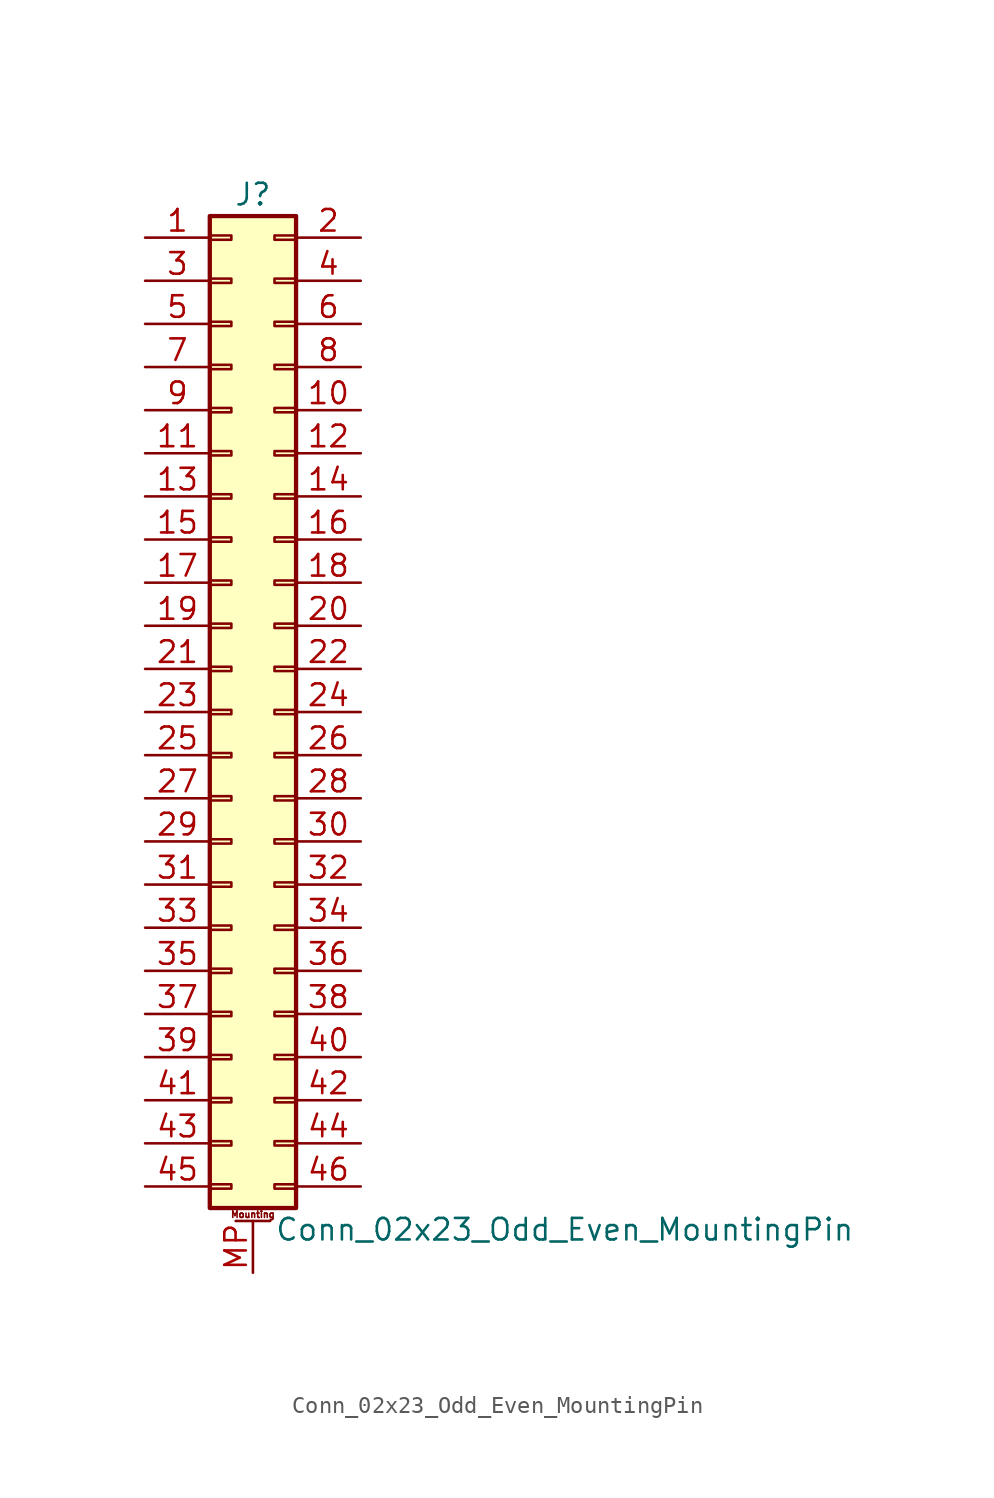
<source format=kicad_sym>
(kicad_symbol_lib
  (version 20201005)
  (generator kicad_symbol_editor)
  (symbol "Conn_02x23_Odd_Even_MountingPin"
    (pin_names
      (offset 1.016) hide)
    (property "Reference" "J"
      (at 1.27 30.48 0)
      (effects (font (size 1.27 1.27))))
    (property "Value" "Conn_02x23_Odd_Even_MountingPin"
      (at 2.54 -30.48 0)
      (effects (font (size 1.27 1.27)) (justify left)))
    (symbol "Conn_02x23_Odd_Even_MountingPin_1_1"
      (text "Mounting" (at 1.27 -29.591 0) (effects (font (size 0.381 0.381))))
      (rectangle (start -1.27 -27.813) (end 0 -28.067) (stroke (width 0.152)) (fill (type none)))
      (rectangle (start -1.27 -25.273) (end 0 -25.527) (stroke (width 0.152)) (fill (type none)))
      (rectangle (start -1.27 -22.733) (end 0 -22.987) (stroke (width 0.152)) (fill (type none)))
      (rectangle (start -1.27 -20.193) (end 0 -20.447) (stroke (width 0.152)) (fill (type none)))
      (rectangle (start -1.27 -17.653) (end 0 -17.907) (stroke (width 0.152)) (fill (type none)))
      (rectangle (start -1.27 -15.113) (end 0 -15.367) (stroke (width 0.152)) (fill (type none)))
      (rectangle (start -1.27 -12.573) (end 0 -12.827) (stroke (width 0.152)) (fill (type none)))
      (rectangle (start -1.27 -10.033) (end 0 -10.287) (stroke (width 0.152)) (fill (type none)))
      (rectangle (start -1.27 -7.493) (end 0 -7.747) (stroke (width 0.152)) (fill (type none)))
      (rectangle (start -1.27 -4.953) (end 0 -5.207) (stroke (width 0.152)) (fill (type none)))
      (rectangle (start -1.27 -2.413) (end 0 -2.667) (stroke (width 0.152)) (fill (type none)))
      (rectangle (start -1.27 0.127) (end 0 -0.127) (stroke (width 0.152)) (fill (type none)))
      (rectangle (start -1.27 2.667) (end 0 2.413) (stroke (width 0.152)) (fill (type none)))
      (rectangle (start -1.27 5.207) (end 0 4.953) (stroke (width 0.152)) (fill (type none)))
      (rectangle (start -1.27 7.747) (end 0 7.493) (stroke (width 0.152)) (fill (type none)))
      (rectangle (start -1.27 10.287) (end 0 10.033) (stroke (width 0.152)) (fill (type none)))
      (rectangle (start -1.27 12.827) (end 0 12.573) (stroke (width 0.152)) (fill (type none)))
      (rectangle (start -1.27 15.367) (end 0 15.113) (stroke (width 0.152)) (fill (type none)))
      (rectangle (start -1.27 17.907) (end 0 17.653) (stroke (width 0.152)) (fill (type none)))
      (rectangle (start -1.27 20.447) (end 0 20.193) (stroke (width 0.152)) (fill (type none)))
      (rectangle (start -1.27 22.987) (end 0 22.733) (stroke (width 0.152)) (fill (type none)))
      (rectangle (start -1.27 25.527) (end 0 25.273) (stroke (width 0.152)) (fill (type none)))
      (rectangle (start -1.27 28.067) (end 0 27.813) (stroke (width 0.152)) (fill (type none)))
      (rectangle (start -1.27 29.21) (end 3.81 -29.21) (stroke (width 0.254)) (fill (type background)))
      (rectangle (start 3.81 -27.813) (end 2.54 -28.067) (stroke (width 0.152)) (fill (type none)))
      (rectangle (start 3.81 -25.273) (end 2.54 -25.527) (stroke (width 0.152)) (fill (type none)))
      (rectangle (start 3.81 -22.733) (end 2.54 -22.987) (stroke (width 0.152)) (fill (type none)))
      (rectangle (start 3.81 -20.193) (end 2.54 -20.447) (stroke (width 0.152)) (fill (type none)))
      (rectangle (start 3.81 -17.653) (end 2.54 -17.907) (stroke (width 0.152)) (fill (type none)))
      (rectangle (start 3.81 -15.113) (end 2.54 -15.367) (stroke (width 0.152)) (fill (type none)))
      (rectangle (start 3.81 -12.573) (end 2.54 -12.827) (stroke (width 0.152)) (fill (type none)))
      (rectangle (start 3.81 -10.033) (end 2.54 -10.287) (stroke (width 0.152)) (fill (type none)))
      (rectangle (start 3.81 -7.493) (end 2.54 -7.747) (stroke (width 0.152)) (fill (type none)))
      (rectangle (start 3.81 -4.953) (end 2.54 -5.207) (stroke (width 0.152)) (fill (type none)))
      (rectangle (start 3.81 -2.413) (end 2.54 -2.667) (stroke (width 0.152)) (fill (type none)))
      (rectangle (start 3.81 0.127) (end 2.54 -0.127) (stroke (width 0.152)) (fill (type none)))
      (rectangle (start 3.81 2.667) (end 2.54 2.413) (stroke (width 0.152)) (fill (type none)))
      (rectangle (start 3.81 5.207) (end 2.54 4.953) (stroke (width 0.152)) (fill (type none)))
      (rectangle (start 3.81 7.747) (end 2.54 7.493) (stroke (width 0.152)) (fill (type none)))
      (rectangle (start 3.81 10.287) (end 2.54 10.033) (stroke (width 0.152)) (fill (type none)))
      (rectangle (start 3.81 12.827) (end 2.54 12.573) (stroke (width 0.152)) (fill (type none)))
      (rectangle (start 3.81 15.367) (end 2.54 15.113) (stroke (width 0.152)) (fill (type none)))
      (rectangle (start 3.81 17.907) (end 2.54 17.653) (stroke (width 0.152)) (fill (type none)))
      (rectangle (start 3.81 20.447) (end 2.54 20.193) (stroke (width 0.152)) (fill (type none)))
      (rectangle (start 3.81 22.987) (end 2.54 22.733) (stroke (width 0.152)) (fill (type none)))
      (rectangle (start 3.81 25.527) (end 2.54 25.273) (stroke (width 0.152)) (fill (type none)))
      (rectangle (start 3.81 28.067) (end 2.54 27.813) (stroke (width 0.152)) (fill (type none)))
      (polyline (pts (xy 0.254 -29.972) (xy 2.286 -29.972)) (stroke (width 0.152)) (fill (type none)))
      (pin passive line (at -5.08 27.94 0) (length 3.81) (name "Pin_1" (effects (font (size 1.27 1.27)))) (number "1" (effects (font (size 1.27 1.27)))))
      (pin passive line (at 7.62 17.78 180) (length 3.81) (name "Pin_10" (effects (font (size 1.27 1.27)))) (number "10" (effects (font (size 1.27 1.27)))))
      (pin passive line (at -5.08 15.24 0) (length 3.81) (name "Pin_11" (effects (font (size 1.27 1.27)))) (number "11" (effects (font (size 1.27 1.27)))))
      (pin passive line (at 7.62 15.24 180) (length 3.81) (name "Pin_12" (effects (font (size 1.27 1.27)))) (number "12" (effects (font (size 1.27 1.27)))))
      (pin passive line (at -5.08 12.7 0) (length 3.81) (name "Pin_13" (effects (font (size 1.27 1.27)))) (number "13" (effects (font (size 1.27 1.27)))))
      (pin passive line (at 7.62 12.7 180) (length 3.81) (name "Pin_14" (effects (font (size 1.27 1.27)))) (number "14" (effects (font (size 1.27 1.27)))))
      (pin passive line (at -5.08 10.16 0) (length 3.81) (name "Pin_15" (effects (font (size 1.27 1.27)))) (number "15" (effects (font (size 1.27 1.27)))))
      (pin passive line (at 7.62 10.16 180) (length 3.81) (name "Pin_16" (effects (font (size 1.27 1.27)))) (number "16" (effects (font (size 1.27 1.27)))))
      (pin passive line (at -5.08 7.62 0) (length 3.81) (name "Pin_17" (effects (font (size 1.27 1.27)))) (number "17" (effects (font (size 1.27 1.27)))))
      (pin passive line (at 7.62 7.62 180) (length 3.81) (name "Pin_18" (effects (font (size 1.27 1.27)))) (number "18" (effects (font (size 1.27 1.27)))))
      (pin passive line (at -5.08 5.08 0) (length 3.81) (name "Pin_19" (effects (font (size 1.27 1.27)))) (number "19" (effects (font (size 1.27 1.27)))))
      (pin passive line (at 7.62 27.94 180) (length 3.81) (name "Pin_2" (effects (font (size 1.27 1.27)))) (number "2" (effects (font (size 1.27 1.27)))))
      (pin passive line (at 7.62 5.08 180) (length 3.81) (name "Pin_20" (effects (font (size 1.27 1.27)))) (number "20" (effects (font (size 1.27 1.27)))))
      (pin passive line (at -5.08 2.54 0) (length 3.81) (name "Pin_21" (effects (font (size 1.27 1.27)))) (number "21" (effects (font (size 1.27 1.27)))))
      (pin passive line (at 7.62 2.54 180) (length 3.81) (name "Pin_22" (effects (font (size 1.27 1.27)))) (number "22" (effects (font (size 1.27 1.27)))))
      (pin passive line (at -5.08 0 0) (length 3.81) (name "Pin_23" (effects (font (size 1.27 1.27)))) (number "23" (effects (font (size 1.27 1.27)))))
      (pin passive line (at 7.62 0 180) (length 3.81) (name "Pin_24" (effects (font (size 1.27 1.27)))) (number "24" (effects (font (size 1.27 1.27)))))
      (pin passive line (at -5.08 -2.54 0) (length 3.81) (name "Pin_25" (effects (font (size 1.27 1.27)))) (number "25" (effects (font (size 1.27 1.27)))))
      (pin passive line (at 7.62 -2.54 180) (length 3.81) (name "Pin_26" (effects (font (size 1.27 1.27)))) (number "26" (effects (font (size 1.27 1.27)))))
      (pin passive line (at -5.08 -5.08 0) (length 3.81) (name "Pin_27" (effects (font (size 1.27 1.27)))) (number "27" (effects (font (size 1.27 1.27)))))
      (pin passive line (at 7.62 -5.08 180) (length 3.81) (name "Pin_28" (effects (font (size 1.27 1.27)))) (number "28" (effects (font (size 1.27 1.27)))))
      (pin passive line (at -5.08 -7.62 0) (length 3.81) (name "Pin_29" (effects (font (size 1.27 1.27)))) (number "29" (effects (font (size 1.27 1.27)))))
      (pin passive line (at -5.08 25.4 0) (length 3.81) (name "Pin_3" (effects (font (size 1.27 1.27)))) (number "3" (effects (font (size 1.27 1.27)))))
      (pin passive line (at 7.62 -7.62 180) (length 3.81) (name "Pin_30" (effects (font (size 1.27 1.27)))) (number "30" (effects (font (size 1.27 1.27)))))
      (pin passive line (at -5.08 -10.16 0) (length 3.81) (name "Pin_31" (effects (font (size 1.27 1.27)))) (number "31" (effects (font (size 1.27 1.27)))))
      (pin passive line (at 7.62 -10.16 180) (length 3.81) (name "Pin_32" (effects (font (size 1.27 1.27)))) (number "32" (effects (font (size 1.27 1.27)))))
      (pin passive line (at -5.08 -12.7 0) (length 3.81) (name "Pin_33" (effects (font (size 1.27 1.27)))) (number "33" (effects (font (size 1.27 1.27)))))
      (pin passive line (at 7.62 -12.7 180) (length 3.81) (name "Pin_34" (effects (font (size 1.27 1.27)))) (number "34" (effects (font (size 1.27 1.27)))))
      (pin passive line (at -5.08 -15.24 0) (length 3.81) (name "Pin_35" (effects (font (size 1.27 1.27)))) (number "35" (effects (font (size 1.27 1.27)))))
      (pin passive line (at 7.62 -15.24 180) (length 3.81) (name "Pin_36" (effects (font (size 1.27 1.27)))) (number "36" (effects (font (size 1.27 1.27)))))
      (pin passive line (at -5.08 -17.78 0) (length 3.81) (name "Pin_37" (effects (font (size 1.27 1.27)))) (number "37" (effects (font (size 1.27 1.27)))))
      (pin passive line (at 7.62 -17.78 180) (length 3.81) (name "Pin_38" (effects (font (size 1.27 1.27)))) (number "38" (effects (font (size 1.27 1.27)))))
      (pin passive line (at -5.08 -20.32 0) (length 3.81) (name "Pin_39" (effects (font (size 1.27 1.27)))) (number "39" (effects (font (size 1.27 1.27)))))
      (pin passive line (at 7.62 25.4 180) (length 3.81) (name "Pin_4" (effects (font (size 1.27 1.27)))) (number "4" (effects (font (size 1.27 1.27)))))
      (pin passive line (at 7.62 -20.32 180) (length 3.81) (name "Pin_40" (effects (font (size 1.27 1.27)))) (number "40" (effects (font (size 1.27 1.27)))))
      (pin passive line (at -5.08 -22.86 0) (length 3.81) (name "Pin_41" (effects (font (size 1.27 1.27)))) (number "41" (effects (font (size 1.27 1.27)))))
      (pin passive line (at 7.62 -22.86 180) (length 3.81) (name "Pin_42" (effects (font (size 1.27 1.27)))) (number "42" (effects (font (size 1.27 1.27)))))
      (pin passive line (at -5.08 -25.4 0) (length 3.81) (name "Pin_43" (effects (font (size 1.27 1.27)))) (number "43" (effects (font (size 1.27 1.27)))))
      (pin passive line (at 7.62 -25.4 180) (length 3.81) (name "Pin_44" (effects (font (size 1.27 1.27)))) (number "44" (effects (font (size 1.27 1.27)))))
      (pin passive line (at -5.08 -27.94 0) (length 3.81) (name "Pin_45" (effects (font (size 1.27 1.27)))) (number "45" (effects (font (size 1.27 1.27)))))
      (pin passive line (at 7.62 -27.94 180) (length 3.81) (name "Pin_46" (effects (font (size 1.27 1.27)))) (number "46" (effects (font (size 1.27 1.27)))))
      (pin passive line (at -5.08 22.86 0) (length 3.81) (name "Pin_5" (effects (font (size 1.27 1.27)))) (number "5" (effects (font (size 1.27 1.27)))))
      (pin passive line (at 7.62 22.86 180) (length 3.81) (name "Pin_6" (effects (font (size 1.27 1.27)))) (number "6" (effects (font (size 1.27 1.27)))))
      (pin passive line (at -5.08 20.32 0) (length 3.81) (name "Pin_7" (effects (font (size 1.27 1.27)))) (number "7" (effects (font (size 1.27 1.27)))))
      (pin passive line (at 7.62 20.32 180) (length 3.81) (name "Pin_8" (effects (font (size 1.27 1.27)))) (number "8" (effects (font (size 1.27 1.27)))))
      (pin passive line (at -5.08 17.78 0) (length 3.81) (name "Pin_9" (effects (font (size 1.27 1.27)))) (number "9" (effects (font (size 1.27 1.27)))))
      (pin passive line (at 1.27 -33.02 90) (length 3.048) (name "MountPin" (effects (font (size 1.27 1.27)))) (number "MP" (effects (font (size 1.27 1.27))))))))
</source>
